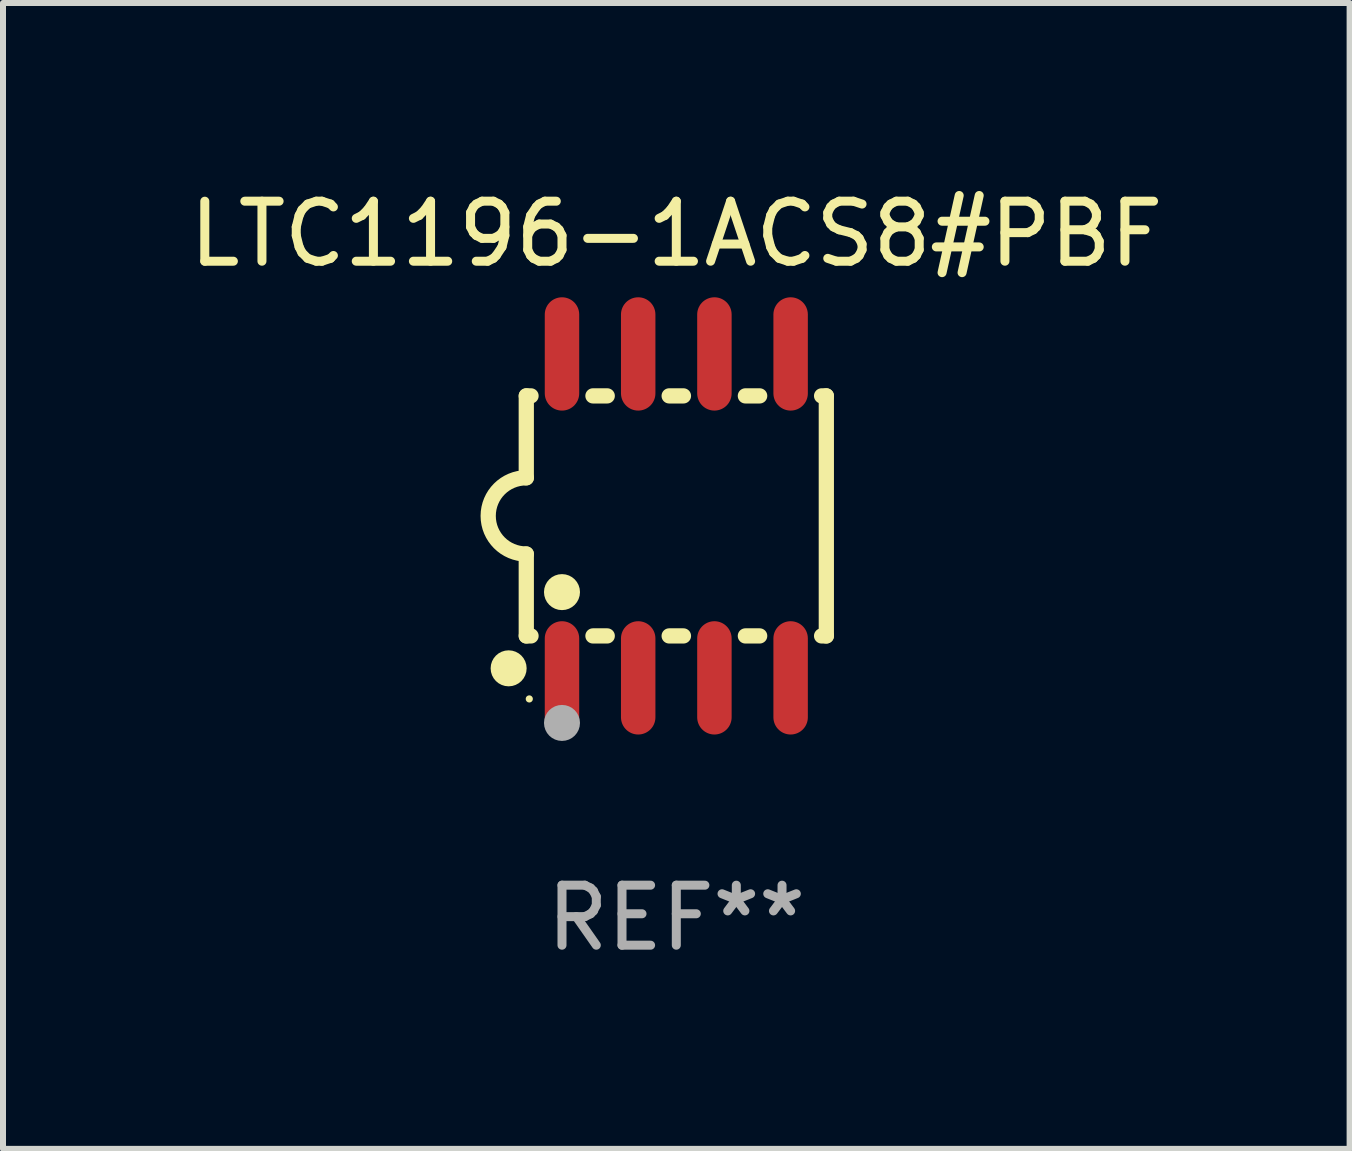
<source format=kicad_pcb>
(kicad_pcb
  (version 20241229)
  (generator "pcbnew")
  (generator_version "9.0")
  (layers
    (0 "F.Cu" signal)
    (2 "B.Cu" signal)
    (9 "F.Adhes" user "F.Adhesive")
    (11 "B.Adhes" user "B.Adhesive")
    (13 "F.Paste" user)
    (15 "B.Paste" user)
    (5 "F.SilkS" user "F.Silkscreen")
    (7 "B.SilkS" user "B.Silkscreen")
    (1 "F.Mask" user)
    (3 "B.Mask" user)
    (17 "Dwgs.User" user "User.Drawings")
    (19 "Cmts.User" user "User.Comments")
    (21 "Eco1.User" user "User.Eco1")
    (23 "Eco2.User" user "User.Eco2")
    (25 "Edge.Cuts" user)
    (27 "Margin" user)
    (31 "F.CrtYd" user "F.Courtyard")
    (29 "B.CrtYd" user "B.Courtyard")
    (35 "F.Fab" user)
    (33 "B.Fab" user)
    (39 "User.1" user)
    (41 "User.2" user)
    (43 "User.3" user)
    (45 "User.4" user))
  (footprint "LTC1196-1ACS8#PBF"
    (layer "F.Cu")
    (at 8.22 5.547)
    (property "Reference" "LTC1196-1ACS8#PBF" (at 0 -4.699 0) (layer "F.SilkS") (effects (font (size 1 1) (thickness 0.15))))
    (attr through_hole)
    (fp_line (start -2.5 -2) (end -2.5 -0.635) (stroke (width 0.254) (type solid)) (layer "F.SilkS"))
    (fp_line (start -2.5 -2) (end -2.421 -2) (stroke (width 0.254) (type solid)) (layer "F.SilkS"))
    (fp_line (start -2.5 2) (end -2.5 0.635) (stroke (width 0.254) (type solid)) (layer "F.SilkS"))
    (fp_line (start -2.5 2) (end -2.421 2) (stroke (width 0.254) (type solid)) (layer "F.SilkS"))
    (fp_line (start -1.389 -2) (end -1.151 -2) (stroke (width 0.254) (type solid)) (layer "F.SilkS"))
    (fp_line (start -1.389 2) (end -1.151 2) (stroke (width 0.254) (type solid)) (layer "F.SilkS"))
    (fp_line (start -0.119 -2) (end 0.119 -2) (stroke (width 0.254) (type solid)) (layer "F.SilkS"))
    (fp_line (start -0.119 2) (end 0.119 2) (stroke (width 0.254) (type solid)) (layer "F.SilkS"))
    (fp_line (start 1.151 -2) (end 1.389 -2) (stroke (width 0.254) (type solid)) (layer "F.SilkS"))
    (fp_line (start 1.151 2) (end 1.389 2) (stroke (width 0.254) (type solid)) (layer "F.SilkS"))
    (fp_line (start 2.421 -2) (end 2.5 -2) (stroke (width 0.254) (type solid)) (layer "F.SilkS"))
    (fp_line (start 2.421 2) (end 2.5 2) (stroke (width 0.254) (type solid)) (layer "F.SilkS"))
    (fp_line (start 2.5 -2) (end 2.5 2) (stroke (width 0.254) (type solid)) (layer "F.SilkS"))
    (fp_arc (start -2.5 0.635001) (mid -3.134366 -0.000318) (end -2.499365 -0.635001) (stroke (width 0.254001) (type solid)) (layer "F.SilkS"))
    (fp_circle (center -2.794 2.54) (end -2.644 2.54) (stroke (width 0.3) (type solid)) (fill no) (layer "F.SilkS"))
    (fp_circle (center -2.45 3.05) (end -2.42 3.05) (stroke (width 0.06) (type solid)) (fill no) (layer "F.SilkS"))
    (fp_circle (center -1.905 1.27) (end -1.755 1.27) (stroke (width 0.3) (type solid)) (fill no) (layer "F.SilkS"))
    (fp_circle (center -1.905 3.45) (end -1.755 3.45) (stroke (width 0.3) (type solid)) (fill no) (layer "F.Fab"))
    (fp_text user "REF**" (at 0 6.699 0) (layer "F.Fab") (effects (font (size 1 1) (thickness 0.15))))
    (pad "1" smd oval (at -1.905 2.699) (size 0.574 1.888) (layers "F.Cu" "F.Mask" "F.Paste"))
    (pad "2" smd oval (at -0.635 2.699) (size 0.574 1.888) (layers "F.Cu" "F.Mask" "F.Paste"))
    (pad "3" smd oval (at 0.635 2.699) (size 0.574 1.888) (layers "F.Cu" "F.Mask" "F.Paste"))
    (pad "4" smd oval (at 1.905 2.699) (size 0.574 1.888) (layers "F.Cu" "F.Mask" "F.Paste"))
    (pad "5" smd oval (at 1.905 -2.699) (size 0.574 1.888) (layers "F.Cu" "F.Mask" "F.Paste"))
    (pad "6" smd oval (at 0.635 -2.699) (size 0.574 1.888) (layers "F.Cu" "F.Mask" "F.Paste"))
    (pad "7" smd oval (at -0.635 -2.699) (size 0.574 1.888) (layers "F.Cu" "F.Mask" "F.Paste"))
    (pad "8" smd oval (at -1.905 -2.699) (size 0.574 1.888) (layers "F.Cu" "F.Mask" "F.Paste")))
  (gr_rect
    (start -3 -3)
    (end 19.44 16.095)
    (stroke (width 0.1) (type default))
    (fill no)
    (layer "Edge.Cuts")))
</source>
